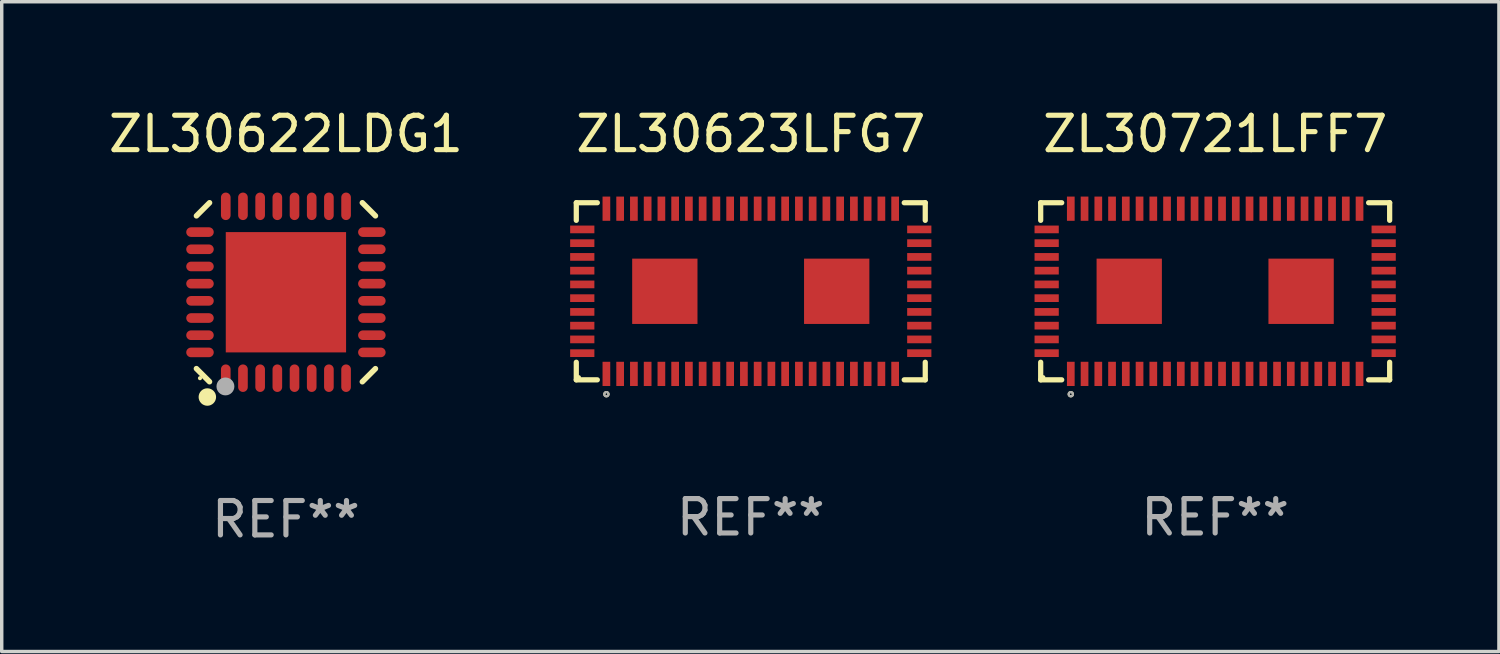
<source format=kicad_pcb>
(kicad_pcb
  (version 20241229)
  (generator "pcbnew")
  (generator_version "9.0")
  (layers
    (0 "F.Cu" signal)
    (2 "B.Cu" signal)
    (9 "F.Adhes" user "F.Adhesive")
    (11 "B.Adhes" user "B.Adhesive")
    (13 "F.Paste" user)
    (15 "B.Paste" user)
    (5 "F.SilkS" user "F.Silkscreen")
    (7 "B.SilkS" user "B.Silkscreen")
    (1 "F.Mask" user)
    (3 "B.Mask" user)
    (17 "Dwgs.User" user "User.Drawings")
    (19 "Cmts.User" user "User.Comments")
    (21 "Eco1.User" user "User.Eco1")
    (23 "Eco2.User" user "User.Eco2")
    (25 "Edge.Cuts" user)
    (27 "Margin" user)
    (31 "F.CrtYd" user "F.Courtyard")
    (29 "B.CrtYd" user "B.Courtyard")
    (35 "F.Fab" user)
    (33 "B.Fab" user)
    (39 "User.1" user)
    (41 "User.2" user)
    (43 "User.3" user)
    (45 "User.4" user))
  (footprint "ZL30721LFF7"
    (layer "F.Cu")
    (at 32.301 5.424)
    (property "Reference" "ZL30721LFF7" (at 0 -4.576 0) (layer "F.SilkS") (effects (font (size 1 1) (thickness 0.15))))
    (attr through_hole)
    (fp_line (start -5.076 -2.576) (end -5.076 -2.064) (stroke (width 0.152) (type solid)) (layer "F.SilkS"))
    (fp_line (start -5.076 2.576) (end -5.076 2.064) (stroke (width 0.152) (type solid)) (layer "F.SilkS"))
    (fp_line (start -4.464 -2.576) (end -5.076 -2.576) (stroke (width 0.152) (type solid)) (layer "F.SilkS"))
    (fp_line (start -4.464 2.576) (end -5.076 2.576) (stroke (width 0.152) (type solid)) (layer "F.SilkS"))
    (fp_line (start 4.464 -2.576) (end 5.076 -2.576) (stroke (width 0.152) (type solid)) (layer "F.SilkS"))
    (fp_line (start 4.464 2.576) (end 5.076 2.576) (stroke (width 0.152) (type solid)) (layer "F.SilkS"))
    (fp_line (start 5.076 -2.576) (end 5.076 -2.064) (stroke (width 0.152) (type solid)) (layer "F.SilkS"))
    (fp_line (start 5.076 2.576) (end 5.076 2.064) (stroke (width 0.152) (type solid)) (layer "F.SilkS"))
    (fp_circle (center -5 2.5) (end -4.97 2.5) (stroke (width 0.06) (type solid)) (fill no) (layer "F.SilkS"))
    (fp_circle (center -4.2 2.994) (end -4.169 2.994) (stroke (width 0.063) (type solid)) (fill no) (layer "F.SilkS"))
    (fp_circle (center -4.2 2.994) (end -4.169 2.994) (stroke (width 0.063) (type solid)) (fill no) (layer "F.Fab"))
    (fp_text user "REF**" (at 0 6.576 0) (layer "F.Fab") (effects (font (size 1 1) (thickness 0.15))))
    (pad "1" smd rect (at -4.2 2.403 90) (size 0.705 0.224) (layers "F.Cu" "F.Mask" "F.Paste"))
    (pad "2" smd rect (at -3.8 2.403 90) (size 0.705 0.224) (layers "F.Cu" "F.Mask" "F.Paste"))
    (pad "3" smd rect (at -3.4 2.403 90) (size 0.705 0.224) (layers "F.Cu" "F.Mask" "F.Paste"))
    (pad "4" smd rect (at -3 2.403 90) (size 0.705 0.224) (layers "F.Cu" "F.Mask" "F.Paste"))
    (pad "5" smd rect (at -2.6 2.403 90) (size 0.705 0.224) (layers "F.Cu" "F.Mask" "F.Paste"))
    (pad "6" smd rect (at -2.2 2.403 90) (size 0.705 0.224) (layers "F.Cu" "F.Mask" "F.Paste"))
    (pad "7" smd rect (at -1.8 2.403 90) (size 0.705 0.224) (layers "F.Cu" "F.Mask" "F.Paste"))
    (pad "8" smd rect (at -1.4 2.403 90) (size 0.705 0.224) (layers "F.Cu" "F.Mask" "F.Paste"))
    (pad "9" smd rect (at -1 2.403 90) (size 0.705 0.224) (layers "F.Cu" "F.Mask" "F.Paste"))
    (pad "10" smd rect (at -0.6 2.403 90) (size 0.705 0.224) (layers "F.Cu" "F.Mask" "F.Paste"))
    (pad "11" smd rect (at -0.2 2.403 90) (size 0.705 0.224) (layers "F.Cu" "F.Mask" "F.Paste"))
    (pad "12" smd rect (at 0.2 2.403 90) (size 0.705 0.224) (layers "F.Cu" "F.Mask" "F.Paste"))
    (pad "13" smd rect (at 0.6 2.403 90) (size 0.705 0.224) (layers "F.Cu" "F.Mask" "F.Paste"))
    (pad "14" smd rect (at 1 2.403 90) (size 0.705 0.224) (layers "F.Cu" "F.Mask" "F.Paste"))
    (pad "15" smd rect (at 1.4 2.403 90) (size 0.705 0.224) (layers "F.Cu" "F.Mask" "F.Paste"))
    (pad "16" smd rect (at 1.8 2.403 90) (size 0.705 0.224) (layers "F.Cu" "F.Mask" "F.Paste"))
    (pad "17" smd rect (at 2.2 2.403 90) (size 0.705 0.224) (layers "F.Cu" "F.Mask" "F.Paste"))
    (pad "18" smd rect (at 2.6 2.403 90) (size 0.705 0.224) (layers "F.Cu" "F.Mask" "F.Paste"))
    (pad "19" smd rect (at 3 2.403 90) (size 0.705 0.224) (layers "F.Cu" "F.Mask" "F.Paste"))
    (pad "20" smd rect (at 3.4 2.403 90) (size 0.705 0.224) (layers "F.Cu" "F.Mask" "F.Paste"))
    (pad "21" smd rect (at 3.8 2.403 90) (size 0.705 0.224) (layers "F.Cu" "F.Mask" "F.Paste"))
    (pad "22" smd rect (at 4.2 2.403 90) (size 0.705 0.224) (layers "F.Cu" "F.Mask" "F.Paste"))
    (pad "23" smd rect (at 4.902 1.8 90) (size 0.224 0.705) (layers "F.Cu" "F.Mask" "F.Paste"))
    (pad "24" smd rect (at 4.902 1.4 90) (size 0.224 0.705) (layers "F.Cu" "F.Mask" "F.Paste"))
    (pad "25" smd rect (at 4.902 1 90) (size 0.224 0.705) (layers "F.Cu" "F.Mask" "F.Paste"))
    (pad "26" smd rect (at 4.902 0.6 90) (size 0.224 0.705) (layers "F.Cu" "F.Mask" "F.Paste"))
    (pad "27" smd rect (at 4.902 0.2 90) (size 0.224 0.705) (layers "F.Cu" "F.Mask" "F.Paste"))
    (pad "28" smd rect (at 4.902 -0.2 90) (size 0.224 0.705) (layers "F.Cu" "F.Mask" "F.Paste"))
    (pad "29" smd rect (at 4.902 -0.6 90) (size 0.224 0.705) (layers "F.Cu" "F.Mask" "F.Paste"))
    (pad "30" smd rect (at 4.902 -1 90) (size 0.224 0.705) (layers "F.Cu" "F.Mask" "F.Paste"))
    (pad "31" smd rect (at 4.902 -1.4 90) (size 0.224 0.705) (layers "F.Cu" "F.Mask" "F.Paste"))
    (pad "32" smd rect (at 4.902 -1.8 90) (size 0.224 0.705) (layers "F.Cu" "F.Mask" "F.Paste"))
    (pad "33" smd rect (at 4.2 -2.403 90) (size 0.705 0.224) (layers "F.Cu" "F.Mask" "F.Paste"))
    (pad "34" smd rect (at 3.8 -2.403 90) (size 0.705 0.224) (layers "F.Cu" "F.Mask" "F.Paste"))
    (pad "35" smd rect (at 3.4 -2.403 90) (size 0.705 0.224) (layers "F.Cu" "F.Mask" "F.Paste"))
    (pad "36" smd rect (at 3 -2.403 90) (size 0.705 0.224) (layers "F.Cu" "F.Mask" "F.Paste"))
    (pad "37" smd rect (at 2.6 -2.403 90) (size 0.705 0.224) (layers "F.Cu" "F.Mask" "F.Paste"))
    (pad "38" smd rect (at 2.2 -2.403 90) (size 0.705 0.224) (layers "F.Cu" "F.Mask" "F.Paste"))
    (pad "39" smd rect (at 1.8 -2.403 90) (size 0.705 0.224) (layers "F.Cu" "F.Mask" "F.Paste"))
    (pad "40" smd rect (at 1.4 -2.403 90) (size 0.705 0.224) (layers "F.Cu" "F.Mask" "F.Paste"))
    (pad "41" smd rect (at 1 -2.403 90) (size 0.705 0.224) (layers "F.Cu" "F.Mask" "F.Paste"))
    (pad "42" smd rect (at 0.6 -2.403 90) (size 0.705 0.224) (layers "F.Cu" "F.Mask" "F.Paste"))
    (pad "43" smd rect (at 0.2 -2.403 90) (size 0.705 0.224) (layers "F.Cu" "F.Mask" "F.Paste"))
    (pad "44" smd rect (at -0.2 -2.403 90) (size 0.705 0.224) (layers "F.Cu" "F.Mask" "F.Paste"))
    (pad "45" smd rect (at -0.6 -2.403 90) (size 0.705 0.224) (layers "F.Cu" "F.Mask" "F.Paste"))
    (pad "46" smd rect (at -1 -2.403 90) (size 0.705 0.224) (layers "F.Cu" "F.Mask" "F.Paste"))
    (pad "47" smd rect (at -1.4 -2.403 90) (size 0.705 0.224) (layers "F.Cu" "F.Mask" "F.Paste"))
    (pad "48" smd rect (at -1.8 -2.403 90) (size 0.705 0.224) (layers "F.Cu" "F.Mask" "F.Paste"))
    (pad "49" smd rect (at -2.2 -2.403 90) (size 0.705 0.224) (layers "F.Cu" "F.Mask" "F.Paste"))
    (pad "50" smd rect (at -2.6 -2.403 90) (size 0.705 0.224) (layers "F.Cu" "F.Mask" "F.Paste"))
    (pad "51" smd rect (at -3 -2.403 90) (size 0.705 0.224) (layers "F.Cu" "F.Mask" "F.Paste"))
    (pad "52" smd rect (at -3.4 -2.403 90) (size 0.705 0.224) (layers "F.Cu" "F.Mask" "F.Paste"))
    (pad "53" smd rect (at -3.8 -2.403 90) (size 0.705 0.224) (layers "F.Cu" "F.Mask" "F.Paste"))
    (pad "54" smd rect (at -4.2 -2.403 90) (size 0.705 0.224) (layers "F.Cu" "F.Mask" "F.Paste"))
    (pad "55" smd rect (at -4.902 -1.8 90) (size 0.224 0.705) (layers "F.Cu" "F.Mask" "F.Paste"))
    (pad "56" smd rect (at -4.902 -1.4 90) (size 0.224 0.705) (layers "F.Cu" "F.Mask" "F.Paste"))
    (pad "57" smd rect (at -4.902 -1 90) (size 0.224 0.705) (layers "F.Cu" "F.Mask" "F.Paste"))
    (pad "58" smd rect (at -4.902 -0.6 90) (size 0.224 0.705) (layers "F.Cu" "F.Mask" "F.Paste"))
    (pad "59" smd rect (at -4.902 -0.2 90) (size 0.224 0.705) (layers "F.Cu" "F.Mask" "F.Paste"))
    (pad "60" smd rect (at -4.902 0.2 90) (size 0.224 0.705) (layers "F.Cu" "F.Mask" "F.Paste"))
    (pad "61" smd rect (at -4.902 0.6 90) (size 0.224 0.705) (layers "F.Cu" "F.Mask" "F.Paste"))
    (pad "62" smd rect (at -4.902 1 90) (size 0.224 0.705) (layers "F.Cu" "F.Mask" "F.Paste"))
    (pad "63" smd rect (at -4.902 1.4 90) (size 0.224 0.705) (layers "F.Cu" "F.Mask" "F.Paste"))
    (pad "64" smd rect (at -4.902 1.8 90) (size 0.224 0.705) (layers "F.Cu" "F.Mask" "F.Paste"))
    (pad "65" smd rect (at -2.5 0 90) (size 1.9 1.9) (layers "F.Cu" "F.Mask" "F.Paste"))
    (pad "66" smd rect (at 2.5 0 90) (size 1.9 1.9) (layers "F.Cu" "F.Mask" "F.Paste")))
  (footprint "ZL30623LFG7"
    (layer "F.Cu")
    (at 18.791 5.424)
    (property "Reference" "ZL30623LFG7" (at 0 -4.576 0) (layer "F.SilkS") (effects (font (size 1 1) (thickness 0.15))))
    (attr through_hole)
    (fp_line (start -5.076 -2.576) (end -5.076 -2.064) (stroke (width 0.152) (type solid)) (layer "F.SilkS"))
    (fp_line (start -5.076 2.576) (end -5.076 2.064) (stroke (width 0.152) (type solid)) (layer "F.SilkS"))
    (fp_line (start -4.464 -2.576) (end -5.076 -2.576) (stroke (width 0.152) (type solid)) (layer "F.SilkS"))
    (fp_line (start -4.464 2.576) (end -5.076 2.576) (stroke (width 0.152) (type solid)) (layer "F.SilkS"))
    (fp_line (start 4.464 -2.576) (end 5.076 -2.576) (stroke (width 0.152) (type solid)) (layer "F.SilkS"))
    (fp_line (start 4.464 2.576) (end 5.076 2.576) (stroke (width 0.152) (type solid)) (layer "F.SilkS"))
    (fp_line (start 5.076 -2.576) (end 5.076 -2.064) (stroke (width 0.152) (type solid)) (layer "F.SilkS"))
    (fp_line (start 5.076 2.576) (end 5.076 2.064) (stroke (width 0.152) (type solid)) (layer "F.SilkS"))
    (fp_circle (center -5 2.5) (end -4.97 2.5) (stroke (width 0.06) (type solid)) (fill no) (layer "F.SilkS"))
    (fp_circle (center -4.2 2.994) (end -4.169 2.994) (stroke (width 0.063) (type solid)) (fill no) (layer "F.SilkS"))
    (fp_circle (center -4.2 2.994) (end -4.169 2.994) (stroke (width 0.063) (type solid)) (fill no) (layer "F.Fab"))
    (fp_text user "REF**" (at 0 6.576 0) (layer "F.Fab") (effects (font (size 1 1) (thickness 0.15))))
    (pad "1" smd rect (at -4.2 2.403 90) (size 0.705 0.224) (layers "F.Cu" "F.Mask" "F.Paste"))
    (pad "2" smd rect (at -3.8 2.403 90) (size 0.705 0.224) (layers "F.Cu" "F.Mask" "F.Paste"))
    (pad "3" smd rect (at -3.4 2.403 90) (size 0.705 0.224) (layers "F.Cu" "F.Mask" "F.Paste"))
    (pad "4" smd rect (at -3 2.403 90) (size 0.705 0.224) (layers "F.Cu" "F.Mask" "F.Paste"))
    (pad "5" smd rect (at -2.6 2.403 90) (size 0.705 0.224) (layers "F.Cu" "F.Mask" "F.Paste"))
    (pad "6" smd rect (at -2.2 2.403 90) (size 0.705 0.224) (layers "F.Cu" "F.Mask" "F.Paste"))
    (pad "7" smd rect (at -1.8 2.403 90) (size 0.705 0.224) (layers "F.Cu" "F.Mask" "F.Paste"))
    (pad "8" smd rect (at -1.4 2.403 90) (size 0.705 0.224) (layers "F.Cu" "F.Mask" "F.Paste"))
    (pad "9" smd rect (at -1 2.403 90) (size 0.705 0.224) (layers "F.Cu" "F.Mask" "F.Paste"))
    (pad "10" smd rect (at -0.6 2.403 90) (size 0.705 0.224) (layers "F.Cu" "F.Mask" "F.Paste"))
    (pad "11" smd rect (at -0.2 2.403 90) (size 0.705 0.224) (layers "F.Cu" "F.Mask" "F.Paste"))
    (pad "12" smd rect (at 0.2 2.403 90) (size 0.705 0.224) (layers "F.Cu" "F.Mask" "F.Paste"))
    (pad "13" smd rect (at 0.6 2.403 90) (size 0.705 0.224) (layers "F.Cu" "F.Mask" "F.Paste"))
    (pad "14" smd rect (at 1 2.403 90) (size 0.705 0.224) (layers "F.Cu" "F.Mask" "F.Paste"))
    (pad "15" smd rect (at 1.4 2.403 90) (size 0.705 0.224) (layers "F.Cu" "F.Mask" "F.Paste"))
    (pad "16" smd rect (at 1.8 2.403 90) (size 0.705 0.224) (layers "F.Cu" "F.Mask" "F.Paste"))
    (pad "17" smd rect (at 2.2 2.403 90) (size 0.705 0.224) (layers "F.Cu" "F.Mask" "F.Paste"))
    (pad "18" smd rect (at 2.6 2.403 90) (size 0.705 0.224) (layers "F.Cu" "F.Mask" "F.Paste"))
    (pad "19" smd rect (at 3 2.403 90) (size 0.705 0.224) (layers "F.Cu" "F.Mask" "F.Paste"))
    (pad "20" smd rect (at 3.4 2.403 90) (size 0.705 0.224) (layers "F.Cu" "F.Mask" "F.Paste"))
    (pad "21" smd rect (at 3.8 2.403 90) (size 0.705 0.224) (layers "F.Cu" "F.Mask" "F.Paste"))
    (pad "22" smd rect (at 4.2 2.403 90) (size 0.705 0.224) (layers "F.Cu" "F.Mask" "F.Paste"))
    (pad "23" smd rect (at 4.902 1.8 90) (size 0.224 0.705) (layers "F.Cu" "F.Mask" "F.Paste"))
    (pad "24" smd rect (at 4.902 1.4 90) (size 0.224 0.705) (layers "F.Cu" "F.Mask" "F.Paste"))
    (pad "25" smd rect (at 4.902 1 90) (size 0.224 0.705) (layers "F.Cu" "F.Mask" "F.Paste"))
    (pad "26" smd rect (at 4.902 0.6 90) (size 0.224 0.705) (layers "F.Cu" "F.Mask" "F.Paste"))
    (pad "27" smd rect (at 4.902 0.2 90) (size 0.224 0.705) (layers "F.Cu" "F.Mask" "F.Paste"))
    (pad "28" smd rect (at 4.902 -0.2 90) (size 0.224 0.705) (layers "F.Cu" "F.Mask" "F.Paste"))
    (pad "29" smd rect (at 4.902 -0.6 90) (size 0.224 0.705) (layers "F.Cu" "F.Mask" "F.Paste"))
    (pad "30" smd rect (at 4.902 -1 90) (size 0.224 0.705) (layers "F.Cu" "F.Mask" "F.Paste"))
    (pad "31" smd rect (at 4.902 -1.4 90) (size 0.224 0.705) (layers "F.Cu" "F.Mask" "F.Paste"))
    (pad "32" smd rect (at 4.902 -1.8 90) (size 0.224 0.705) (layers "F.Cu" "F.Mask" "F.Paste"))
    (pad "33" smd rect (at 4.2 -2.403 90) (size 0.705 0.224) (layers "F.Cu" "F.Mask" "F.Paste"))
    (pad "34" smd rect (at 3.8 -2.403 90) (size 0.705 0.224) (layers "F.Cu" "F.Mask" "F.Paste"))
    (pad "35" smd rect (at 3.4 -2.403 90) (size 0.705 0.224) (layers "F.Cu" "F.Mask" "F.Paste"))
    (pad "36" smd rect (at 3 -2.403 90) (size 0.705 0.224) (layers "F.Cu" "F.Mask" "F.Paste"))
    (pad "37" smd rect (at 2.6 -2.403 90) (size 0.705 0.224) (layers "F.Cu" "F.Mask" "F.Paste"))
    (pad "38" smd rect (at 2.2 -2.403 90) (size 0.705 0.224) (layers "F.Cu" "F.Mask" "F.Paste"))
    (pad "39" smd rect (at 1.8 -2.403 90) (size 0.705 0.224) (layers "F.Cu" "F.Mask" "F.Paste"))
    (pad "40" smd rect (at 1.4 -2.403 90) (size 0.705 0.224) (layers "F.Cu" "F.Mask" "F.Paste"))
    (pad "41" smd rect (at 1 -2.403 90) (size 0.705 0.224) (layers "F.Cu" "F.Mask" "F.Paste"))
    (pad "42" smd rect (at 0.6 -2.403 90) (size 0.705 0.224) (layers "F.Cu" "F.Mask" "F.Paste"))
    (pad "43" smd rect (at 0.2 -2.403 90) (size 0.705 0.224) (layers "F.Cu" "F.Mask" "F.Paste"))
    (pad "44" smd rect (at -0.2 -2.403 90) (size 0.705 0.224) (layers "F.Cu" "F.Mask" "F.Paste"))
    (pad "45" smd rect (at -0.6 -2.403 90) (size 0.705 0.224) (layers "F.Cu" "F.Mask" "F.Paste"))
    (pad "46" smd rect (at -1 -2.403 90) (size 0.705 0.224) (layers "F.Cu" "F.Mask" "F.Paste"))
    (pad "47" smd rect (at -1.4 -2.403 90) (size 0.705 0.224) (layers "F.Cu" "F.Mask" "F.Paste"))
    (pad "48" smd rect (at -1.8 -2.403 90) (size 0.705 0.224) (layers "F.Cu" "F.Mask" "F.Paste"))
    (pad "49" smd rect (at -2.2 -2.403 90) (size 0.705 0.224) (layers "F.Cu" "F.Mask" "F.Paste"))
    (pad "50" smd rect (at -2.6 -2.403 90) (size 0.705 0.224) (layers "F.Cu" "F.Mask" "F.Paste"))
    (pad "51" smd rect (at -3 -2.403 90) (size 0.705 0.224) (layers "F.Cu" "F.Mask" "F.Paste"))
    (pad "52" smd rect (at -3.4 -2.403 90) (size 0.705 0.224) (layers "F.Cu" "F.Mask" "F.Paste"))
    (pad "53" smd rect (at -3.8 -2.403 90) (size 0.705 0.224) (layers "F.Cu" "F.Mask" "F.Paste"))
    (pad "54" smd rect (at -4.2 -2.403 90) (size 0.705 0.224) (layers "F.Cu" "F.Mask" "F.Paste"))
    (pad "55" smd rect (at -4.902 -1.8 90) (size 0.224 0.705) (layers "F.Cu" "F.Mask" "F.Paste"))
    (pad "56" smd rect (at -4.902 -1.4 90) (size 0.224 0.705) (layers "F.Cu" "F.Mask" "F.Paste"))
    (pad "57" smd rect (at -4.902 -1 90) (size 0.224 0.705) (layers "F.Cu" "F.Mask" "F.Paste"))
    (pad "58" smd rect (at -4.902 -0.6 90) (size 0.224 0.705) (layers "F.Cu" "F.Mask" "F.Paste"))
    (pad "59" smd rect (at -4.902 -0.2 90) (size 0.224 0.705) (layers "F.Cu" "F.Mask" "F.Paste"))
    (pad "60" smd rect (at -4.902 0.2 90) (size 0.224 0.705) (layers "F.Cu" "F.Mask" "F.Paste"))
    (pad "61" smd rect (at -4.902 0.6 90) (size 0.224 0.705) (layers "F.Cu" "F.Mask" "F.Paste"))
    (pad "62" smd rect (at -4.902 1 90) (size 0.224 0.705) (layers "F.Cu" "F.Mask" "F.Paste"))
    (pad "63" smd rect (at -4.902 1.4 90) (size 0.224 0.705) (layers "F.Cu" "F.Mask" "F.Paste"))
    (pad "64" smd rect (at -4.902 1.8 90) (size 0.224 0.705) (layers "F.Cu" "F.Mask" "F.Paste"))
    (pad "65" smd rect (at -2.5 0 90) (size 1.9 1.9) (layers "F.Cu" "F.Mask" "F.Paste"))
    (pad "66" smd rect (at 2.5 0 90) (size 1.9 1.9) (layers "F.Cu" "F.Mask" "F.Paste")))
  (footprint "ZL30622LDG1"
    (layer "F.Cu")
    (at 5.268 5.452)
    (property "Reference" "ZL30622LDG1" (at 0 -4.604 0) (layer "F.SilkS") (effects (font (size 1 1) (thickness 0.15))))
    (attr through_hole)
    (fp_line (start -2.223 2.603) (end -2.604 2.222) (stroke (width 0.16) (type solid)) (layer "F.SilkS"))
    (fp_line (start -2.222 -2.604) (end -2.603 -2.223) (stroke (width 0.16) (type solid)) (layer "F.SilkS"))
    (fp_line (start 2.223 -2.604) (end 2.604 -2.223) (stroke (width 0.16) (type solid)) (layer "F.SilkS"))
    (fp_line (start 2.604 2.223) (end 2.223 2.604) (stroke (width 0.16) (type solid)) (layer "F.SilkS"))
    (fp_circle (center -2.5 2.5) (end -2.47 2.5) (stroke (width 0.06) (type solid)) (fill no) (layer "F.SilkS"))
    (fp_circle (center -2.286 3.048) (end -2.159 3.048) (stroke (width 0.254) (type solid)) (fill no) (layer "F.SilkS"))
    (fp_circle (center -1.76 2.74) (end -1.63 2.74) (stroke (width 0.26) (type solid)) (fill no) (layer "F.Fab"))
    (fp_text user "REF**" (at 0 6.604 0) (layer "F.Fab") (effects (font (size 1 1) (thickness 0.15))))
    (pad "1" smd oval (at -1.75 2.5) (size 0.28 0.8) (layers "F.Cu" "F.Mask" "F.Paste"))
    (pad "2" smd oval (at -1.25 2.5) (size 0.28 0.8) (layers "F.Cu" "F.Mask" "F.Paste"))
    (pad "3" smd oval (at -0.75 2.5) (size 0.28 0.8) (layers "F.Cu" "F.Mask" "F.Paste"))
    (pad "4" smd oval (at -0.25 2.5) (size 0.28 0.8) (layers "F.Cu" "F.Mask" "F.Paste"))
    (pad "5" smd oval (at 0.25 2.5) (size 0.28 0.8) (layers "F.Cu" "F.Mask" "F.Paste"))
    (pad "6" smd oval (at 0.75 2.5) (size 0.28 0.8) (layers "F.Cu" "F.Mask" "F.Paste"))
    (pad "7" smd oval (at 1.25 2.5) (size 0.28 0.8) (layers "F.Cu" "F.Mask" "F.Paste"))
    (pad "8" smd oval (at 1.75 2.5) (size 0.28 0.8) (layers "F.Cu" "F.Mask" "F.Paste"))
    (pad "9" smd oval (at 2.5 1.75) (size 0.8 0.28) (layers "F.Cu" "F.Mask" "F.Paste"))
    (pad "10" smd oval (at 2.5 1.25) (size 0.8 0.28) (layers "F.Cu" "F.Mask" "F.Paste"))
    (pad "11" smd oval (at 2.5 0.75) (size 0.8 0.28) (layers "F.Cu" "F.Mask" "F.Paste"))
    (pad "12" smd oval (at 2.5 0.25) (size 0.8 0.28) (layers "F.Cu" "F.Mask" "F.Paste"))
    (pad "13" smd oval (at 2.5 -0.25) (size 0.8 0.28) (layers "F.Cu" "F.Mask" "F.Paste"))
    (pad "14" smd oval (at 2.5 -0.75) (size 0.8 0.28) (layers "F.Cu" "F.Mask" "F.Paste"))
    (pad "15" smd oval (at 2.5 -1.25) (size 0.8 0.28) (layers "F.Cu" "F.Mask" "F.Paste"))
    (pad "16" smd oval (at 2.5 -1.75) (size 0.8 0.28) (layers "F.Cu" "F.Mask" "F.Paste"))
    (pad "17" smd oval (at 1.75 -2.5) (size 0.28 0.8) (layers "F.Cu" "F.Mask" "F.Paste"))
    (pad "18" smd oval (at 1.25 -2.5) (size 0.28 0.8) (layers "F.Cu" "F.Mask" "F.Paste"))
    (pad "19" smd oval (at 0.75 -2.5) (size 0.28 0.8) (layers "F.Cu" "F.Mask" "F.Paste"))
    (pad "20" smd oval (at 0.25 -2.5) (size 0.28 0.8) (layers "F.Cu" "F.Mask" "F.Paste"))
    (pad "21" smd oval (at -0.25 -2.5) (size 0.28 0.8) (layers "F.Cu" "F.Mask" "F.Paste"))
    (pad "22" smd oval (at -0.75 -2.5) (size 0.28 0.8) (layers "F.Cu" "F.Mask" "F.Paste"))
    (pad "23" smd oval (at -1.25 -2.5) (size 0.28 0.8) (layers "F.Cu" "F.Mask" "F.Paste"))
    (pad "24" smd oval (at -1.75 -2.5) (size 0.28 0.8) (layers "F.Cu" "F.Mask" "F.Paste"))
    (pad "25" smd oval (at -2.5 -1.75) (size 0.8 0.28) (layers "F.Cu" "F.Mask" "F.Paste"))
    (pad "26" smd oval (at -2.5 -1.25) (size 0.8 0.28) (layers "F.Cu" "F.Mask" "F.Paste"))
    (pad "27" smd oval (at -2.5 -0.75) (size 0.8 0.28) (layers "F.Cu" "F.Mask" "F.Paste"))
    (pad "28" smd oval (at -2.5 -0.25) (size 0.8 0.28) (layers "F.Cu" "F.Mask" "F.Paste"))
    (pad "29" smd oval (at -2.5 0.25) (size 0.8 0.28) (layers "F.Cu" "F.Mask" "F.Paste"))
    (pad "30" smd oval (at -2.5 0.75) (size 0.8 0.28) (layers "F.Cu" "F.Mask" "F.Paste"))
    (pad "31" smd oval (at -2.5 1.25) (size 0.8 0.28) (layers "F.Cu" "F.Mask" "F.Paste"))
    (pad "32" smd oval (at -2.5 1.75) (size 0.8 0.28) (layers "F.Cu" "F.Mask" "F.Paste"))
    (pad "33" smd rect (at 0.000038 -0.000025) (size 3.5 3.5) (layers "F.Cu" "F.Mask" "F.Paste")))
  (gr_rect
    (start -3 -3)
    (end 40.556 15.904)
    (stroke (width 0.1) (type default))
    (fill no)
    (layer "Edge.Cuts")))
</source>
